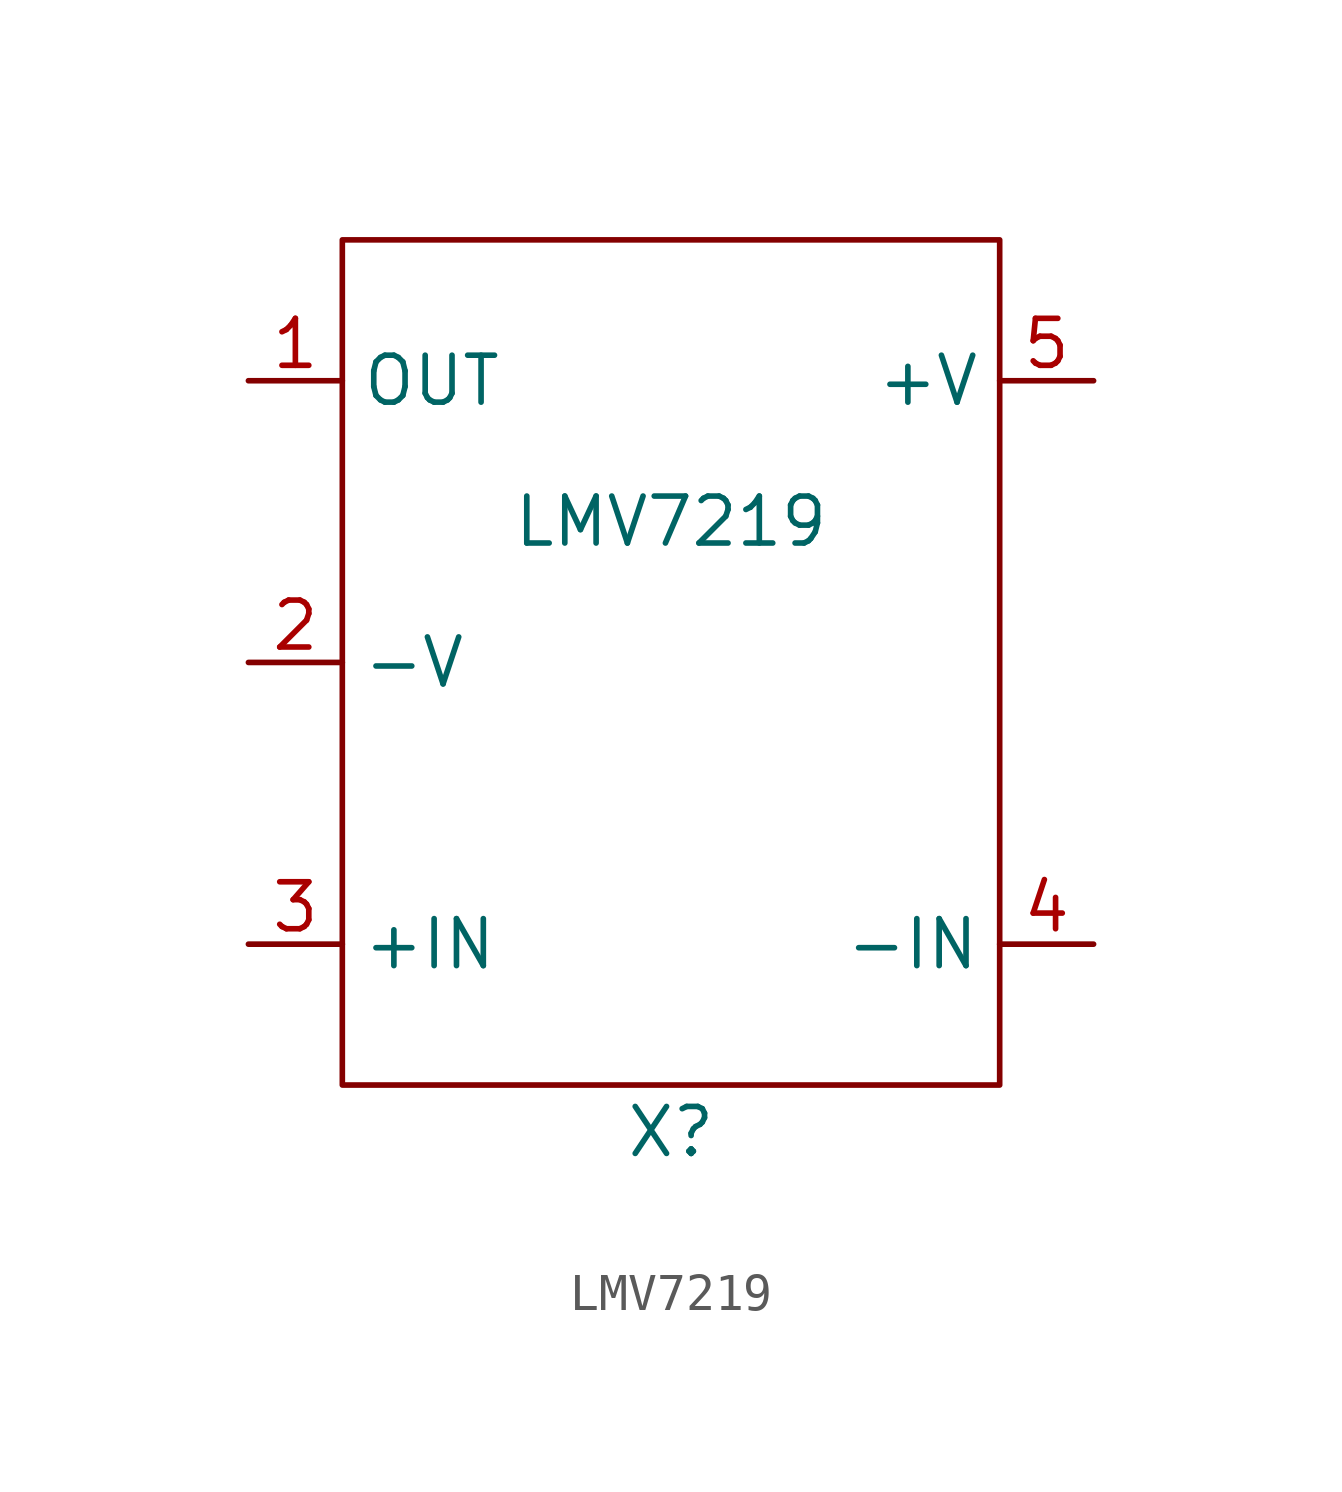
<source format=kicad_sym>
(kicad_symbol_lib
  (version 20211014)
  (generator kicad_symbol_editor)
  (symbol "LMV7219"
    (property "Reference" "X"
      (at 0 -16.51 0)
      (effects (font (size 1.27 1.27))))
    (property "Value" "LMV7219"
      (at 0 0 0)
      (effects (font (size 1.27 1.27))))
    (symbol "LMV7219_0_1"
      (rectangle (start -8.89 7.62) (end 8.89 -15.24) (stroke (width 0) (type default) (color 0 0 0 0)) (fill (type none))))
    (symbol "LMV7219_1_1"
      (pin output line (at -11.43 3.81 0) (length 2.54) (name "OUT" (effects (font (size 1.27 1.27)))) (number "1" (effects (font (size 1.27 1.27)))))
      (pin power_in line (at -11.43 -3.81 0) (length 2.54) (name "-V" (effects (font (size 1.27 1.27)))) (number "2" (effects (font (size 1.27 1.27)))))
      (pin input line (at -11.43 -11.43 0) (length 2.54) (name "+IN" (effects (font (size 1.27 1.27)))) (number "3" (effects (font (size 1.27 1.27)))))
      (pin input line (at 11.43 -11.43 180) (length 2.54) (name "-IN" (effects (font (size 1.27 1.27)))) (number "4" (effects (font (size 1.27 1.27)))))
      (pin power_in line (at 11.43 3.81 180) (length 2.54) (name "+V" (effects (font (size 1.27 1.27)))) (number "5" (effects (font (size 1.27 1.27))))))))
</source>
